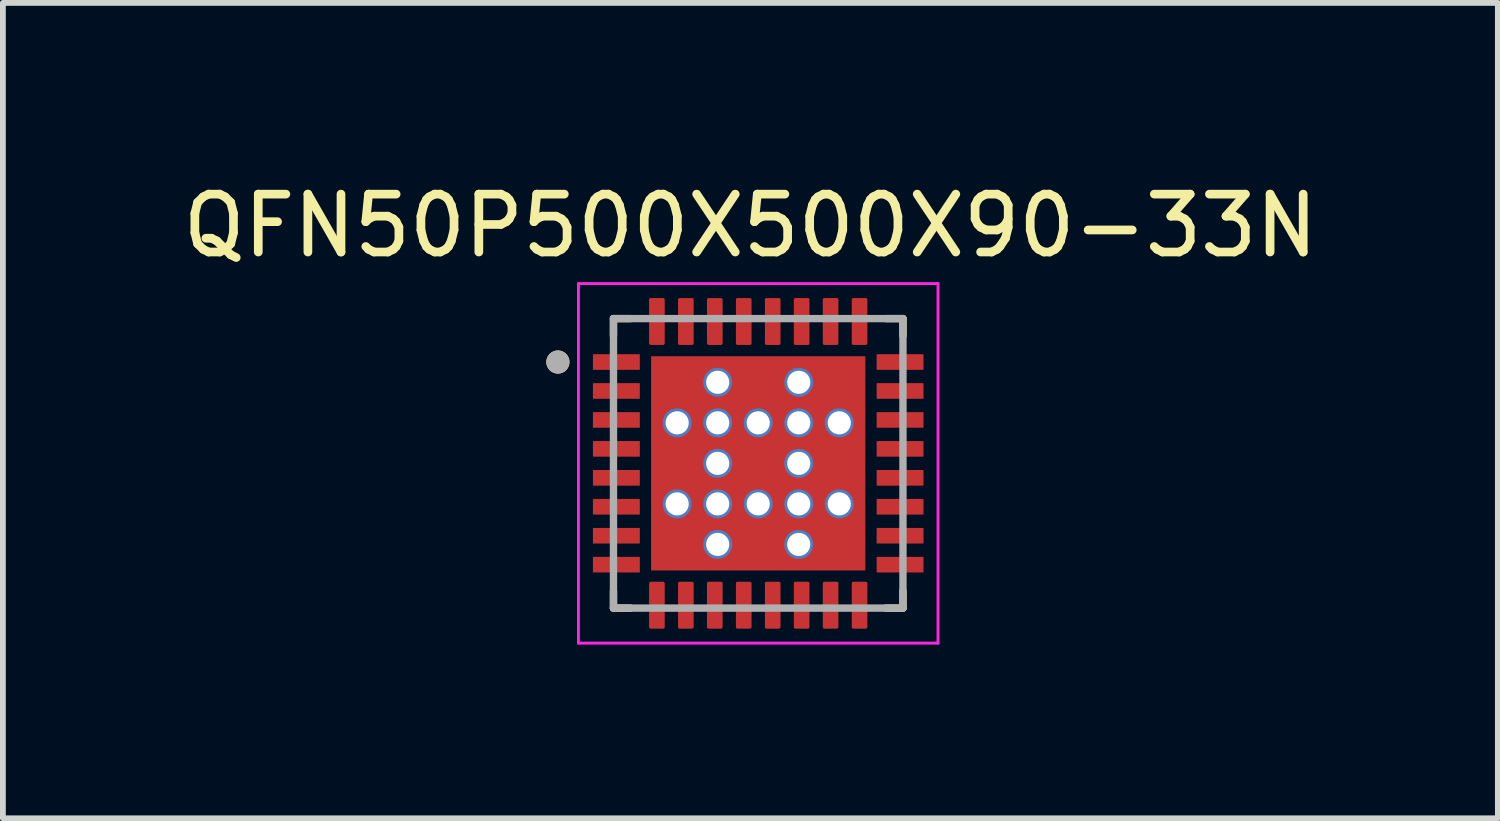
<source format=kicad_pcb>
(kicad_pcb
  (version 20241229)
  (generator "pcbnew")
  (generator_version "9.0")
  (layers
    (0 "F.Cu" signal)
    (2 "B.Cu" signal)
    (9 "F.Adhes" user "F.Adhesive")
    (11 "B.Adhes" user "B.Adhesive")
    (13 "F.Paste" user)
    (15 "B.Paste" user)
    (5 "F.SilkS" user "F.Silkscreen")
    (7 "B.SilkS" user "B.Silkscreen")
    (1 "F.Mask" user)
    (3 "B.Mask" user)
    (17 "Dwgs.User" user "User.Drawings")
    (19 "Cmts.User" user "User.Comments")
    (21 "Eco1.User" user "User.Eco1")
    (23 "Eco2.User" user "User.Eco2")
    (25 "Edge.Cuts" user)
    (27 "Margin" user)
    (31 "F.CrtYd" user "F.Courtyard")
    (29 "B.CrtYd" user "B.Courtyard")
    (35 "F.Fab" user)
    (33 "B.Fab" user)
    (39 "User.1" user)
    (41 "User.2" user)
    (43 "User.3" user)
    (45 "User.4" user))
  (footprint "QFN50P500X500X90-33N"
    (layer "F.Cu")
    (at 10.046 4.953)
    (property "Reference" "QFN50P500X500X90-33N" (at -0.135 -4.105 0) (layer "F.SilkS") (effects (font (size 1 1) (thickness 0.15))))
    (attr through_hole)
    (fp_line (start -2.5 -2.5) (end -2.5 -2.205) (stroke (width 0.127) (type solid)) (layer "F.SilkS"))
    (fp_line (start -2.5 -2.5) (end -2.205 -2.5) (stroke (width 0.127) (type solid)) (layer "F.SilkS"))
    (fp_line (start -2.5 2.5) (end -2.5 2.205) (stroke (width 0.127) (type solid)) (layer "F.SilkS"))
    (fp_line (start -2.5 2.5) (end -2.205 2.5) (stroke (width 0.127) (type solid)) (layer "F.SilkS"))
    (fp_line (start 2.5 -2.5) (end 2.205 -2.5) (stroke (width 0.127) (type solid)) (layer "F.SilkS"))
    (fp_line (start 2.5 -2.5) (end 2.5 -2.205) (stroke (width 0.127) (type solid)) (layer "F.SilkS"))
    (fp_line (start 2.5 2.5) (end 2.205 2.5) (stroke (width 0.127) (type solid)) (layer "F.SilkS"))
    (fp_line (start 2.5 2.5) (end 2.5 2.205) (stroke (width 0.127) (type solid)) (layer "F.SilkS"))
    (fp_circle (center -3.46 -1.75) (end -3.36 -1.75) (stroke (width 0.2) (type solid)) (fill no) (layer "F.SilkS"))
    (fp_poly (pts (xy -1.85 -1.85) (xy -0.95 -1.85) (xy -0.95 -0.95) (xy -1.85 -0.95)) (stroke (width 0.01) (type solid)) (fill yes) (layer "F.Paste"))
    (fp_poly (pts (xy -1.85 -0.45) (xy -0.95 -0.45) (xy -0.95 0.45) (xy -1.85 0.45)) (stroke (width 0.01) (type solid)) (fill yes) (layer "F.Paste"))
    (fp_poly (pts (xy -1.85 0.95) (xy -0.95 0.95) (xy -0.95 1.85) (xy -1.85 1.85)) (stroke (width 0.01) (type solid)) (fill yes) (layer "F.Paste"))
    (fp_poly (pts (xy -0.45 -1.85) (xy 0.45 -1.85) (xy 0.45 -0.95) (xy -0.45 -0.95)) (stroke (width 0.01) (type solid)) (fill yes) (layer "F.Paste"))
    (fp_poly (pts (xy -0.45 -0.45) (xy 0.45 -0.45) (xy 0.45 0.45) (xy -0.45 0.45)) (stroke (width 0.01) (type solid)) (fill yes) (layer "F.Paste"))
    (fp_poly (pts (xy -0.45 0.95) (xy 0.45 0.95) (xy 0.45 1.85) (xy -0.45 1.85)) (stroke (width 0.01) (type solid)) (fill yes) (layer "F.Paste"))
    (fp_poly (pts (xy 0.95 -1.85) (xy 1.85 -1.85) (xy 1.85 -0.95) (xy 0.95 -0.95)) (stroke (width 0.01) (type solid)) (fill yes) (layer "F.Paste"))
    (fp_poly (pts (xy 0.95 -0.45) (xy 1.85 -0.45) (xy 1.85 0.45) (xy 0.95 0.45)) (stroke (width 0.01) (type solid)) (fill yes) (layer "F.Paste"))
    (fp_poly (pts (xy 0.95 0.95) (xy 1.85 0.95) (xy 1.85 1.85) (xy 0.95 1.85)) (stroke (width 0.01) (type solid)) (fill yes) (layer "F.Paste"))
    (fp_line (start -3.105 -3.105) (end 3.105 -3.105) (stroke (width 0.05) (type solid)) (layer "F.CrtYd"))
    (fp_line (start -3.105 3.105) (end -3.105 -3.105) (stroke (width 0.05) (type solid)) (layer "F.CrtYd"))
    (fp_line (start -3.105 3.105) (end 3.105 3.105) (stroke (width 0.05) (type solid)) (layer "F.CrtYd"))
    (fp_line (start 3.105 3.105) (end 3.105 -3.105) (stroke (width 0.05) (type solid)) (layer "F.CrtYd"))
    (fp_line (start -2.5 2.5) (end -2.5 -2.5) (stroke (width 0.127) (type solid)) (layer "F.Fab"))
    (fp_line (start 2.5 -2.5) (end -2.5 -2.5) (stroke (width 0.127) (type solid)) (layer "F.Fab"))
    (fp_line (start 2.5 2.5) (end -2.5 2.5) (stroke (width 0.127) (type solid)) (layer "F.Fab"))
    (fp_line (start 2.5 2.5) (end 2.5 -2.5) (stroke (width 0.127) (type solid)) (layer "F.Fab"))
    (fp_circle (center -3.46 -1.75) (end -3.36 -1.75) (stroke (width 0.2) (type solid)) (fill no) (layer "F.Fab"))
    (pad "1" smd roundrect (at -2.45 -1.75) (size 0.81 0.27) (layers "F.Cu" "F.Mask" "F.Paste") (roundrect_rratio 0.03))
    (pad "2" smd roundrect (at -2.45 -1.25) (size 0.81 0.27) (layers "F.Cu" "F.Mask" "F.Paste") (roundrect_rratio 0.03))
    (pad "3" smd roundrect (at -2.45 -0.75) (size 0.81 0.27) (layers "F.Cu" "F.Mask" "F.Paste") (roundrect_rratio 0.03))
    (pad "4" smd roundrect (at -2.45 -0.25) (size 0.81 0.27) (layers "F.Cu" "F.Mask" "F.Paste") (roundrect_rratio 0.03))
    (pad "5" smd roundrect (at -2.45 0.25) (size 0.81 0.27) (layers "F.Cu" "F.Mask" "F.Paste") (roundrect_rratio 0.03))
    (pad "6" smd roundrect (at -2.45 0.75) (size 0.81 0.27) (layers "F.Cu" "F.Mask" "F.Paste") (roundrect_rratio 0.03))
    (pad "7" smd roundrect (at -2.45 1.25) (size 0.81 0.27) (layers "F.Cu" "F.Mask" "F.Paste") (roundrect_rratio 0.03))
    (pad "8" smd roundrect (at -2.45 1.75) (size 0.81 0.27) (layers "F.Cu" "F.Mask" "F.Paste") (roundrect_rratio 0.03))
    (pad "9" smd roundrect (at -1.75 2.45) (size 0.27 0.81) (layers "F.Cu" "F.Mask" "F.Paste") (roundrect_rratio 0.1))
    (pad "10" smd roundrect (at -1.25 2.45) (size 0.27 0.81) (layers "F.Cu" "F.Mask" "F.Paste") (roundrect_rratio 0.1))
    (pad "11" smd roundrect (at -0.75 2.45) (size 0.27 0.81) (layers "F.Cu" "F.Mask" "F.Paste") (roundrect_rratio 0.1))
    (pad "12" smd roundrect (at -0.25 2.45) (size 0.27 0.81) (layers "F.Cu" "F.Mask" "F.Paste") (roundrect_rratio 0.1))
    (pad "13" smd roundrect (at 0.25 2.45) (size 0.27 0.81) (layers "F.Cu" "F.Mask" "F.Paste") (roundrect_rratio 0.1))
    (pad "14" smd roundrect (at 0.75 2.45) (size 0.27 0.81) (layers "F.Cu" "F.Mask" "F.Paste") (roundrect_rratio 0.1))
    (pad "15" smd roundrect (at 1.25 2.45) (size 0.27 0.81) (layers "F.Cu" "F.Mask" "F.Paste") (roundrect_rratio 0.1))
    (pad "16" smd roundrect (at 1.75 2.45) (size 0.27 0.81) (layers "F.Cu" "F.Mask" "F.Paste") (roundrect_rratio 0.1))
    (pad "17" smd roundrect (at 2.45 1.75) (size 0.81 0.27) (layers "F.Cu" "F.Mask" "F.Paste") (roundrect_rratio 0.03))
    (pad "18" smd roundrect (at 2.45 1.25) (size 0.81 0.27) (layers "F.Cu" "F.Mask" "F.Paste") (roundrect_rratio 0.03))
    (pad "19" smd roundrect (at 2.45 0.75) (size 0.81 0.27) (layers "F.Cu" "F.Mask" "F.Paste") (roundrect_rratio 0.03))
    (pad "20" smd roundrect (at 2.45 0.25) (size 0.81 0.27) (layers "F.Cu" "F.Mask" "F.Paste") (roundrect_rratio 0.03))
    (pad "21" smd roundrect (at 2.45 -0.25) (size 0.81 0.27) (layers "F.Cu" "F.Mask" "F.Paste") (roundrect_rratio 0.03))
    (pad "22" smd roundrect (at 2.45 -0.75) (size 0.81 0.27) (layers "F.Cu" "F.Mask" "F.Paste") (roundrect_rratio 0.03))
    (pad "23" smd roundrect (at 2.45 -1.25) (size 0.81 0.27) (layers "F.Cu" "F.Mask" "F.Paste") (roundrect_rratio 0.03))
    (pad "24" smd roundrect (at 2.45 -1.75) (size 0.81 0.27) (layers "F.Cu" "F.Mask" "F.Paste") (roundrect_rratio 0.03))
    (pad "25" smd roundrect (at 1.75 -2.45) (size 0.27 0.81) (layers "F.Cu" "F.Mask" "F.Paste") (roundrect_rratio 0.1))
    (pad "26" smd roundrect (at 1.25 -2.45) (size 0.27 0.81) (layers "F.Cu" "F.Mask" "F.Paste") (roundrect_rratio 0.1))
    (pad "27" smd roundrect (at 0.75 -2.45) (size 0.27 0.81) (layers "F.Cu" "F.Mask" "F.Paste") (roundrect_rratio 0.1))
    (pad "28" smd roundrect (at 0.25 -2.45) (size 0.27 0.81) (layers "F.Cu" "F.Mask" "F.Paste") (roundrect_rratio 0.1))
    (pad "29" smd roundrect (at -0.25 -2.45) (size 0.27 0.81) (layers "F.Cu" "F.Mask" "F.Paste") (roundrect_rratio 0.1))
    (pad "30" smd roundrect (at -0.75 -2.45) (size 0.27 0.81) (layers "F.Cu" "F.Mask" "F.Paste") (roundrect_rratio 0.1))
    (pad "31" smd roundrect (at -1.25 -2.45) (size 0.27 0.81) (layers "F.Cu" "F.Mask" "F.Paste") (roundrect_rratio 0.1))
    (pad "32" smd roundrect (at -1.75 -2.45) (size 0.27 0.81) (layers "F.Cu" "F.Mask" "F.Paste") (roundrect_rratio 0.1))
    (pad "33" smd rect (at 0 0) (size 3.7 3.7) (layers "F.Cu" "F.Mask"))
    (pad "34" thru_hole circle (at -0.7 -1.4) (size 0.5 0.5) (drill 0.4) (layers "*.Cu"))
    (pad "35" thru_hole circle (at 0.7 -1.4) (size 0.5 0.5) (drill 0.4) (layers "*.Cu"))
    (pad "36" thru_hole circle (at -1.4 -0.7) (size 0.5 0.5) (drill 0.4) (layers "*.Cu"))
    (pad "37" thru_hole circle (at -0.7 -0.7) (size 0.5 0.5) (drill 0.4) (layers "*.Cu"))
    (pad "38" thru_hole circle (at 0 -0.7) (size 0.5 0.5) (drill 0.4) (layers "*.Cu"))
    (pad "39" thru_hole circle (at 0.7 -0.7) (size 0.5 0.5) (drill 0.4) (layers "*.Cu"))
    (pad "40" thru_hole circle (at 1.4 -0.7) (size 0.5 0.5) (drill 0.4) (layers "*.Cu"))
    (pad "41" thru_hole circle (at -0.7 0) (size 0.5 0.5) (drill 0.4) (layers "*.Cu"))
    (pad "42" thru_hole circle (at 0.7 0) (size 0.5 0.5) (drill 0.4) (layers "*.Cu"))
    (pad "43" thru_hole circle (at -1.4 0.7) (size 0.5 0.5) (drill 0.4) (layers "*.Cu"))
    (pad "44" thru_hole circle (at -0.7 0.7) (size 0.5 0.5) (drill 0.4) (layers "*.Cu"))
    (pad "45" thru_hole circle (at 0 0.7) (size 0.5 0.5) (drill 0.4) (layers "*.Cu"))
    (pad "46" thru_hole circle (at 0.7 0.7) (size 0.5 0.5) (drill 0.4) (layers "*.Cu"))
    (pad "47" thru_hole circle (at 1.4 0.7) (size 0.5 0.5) (drill 0.4) (layers "*.Cu"))
    (pad "48" thru_hole circle (at -0.7 1.4) (size 0.5 0.5) (drill 0.4) (layers "*.Cu"))
    (pad "49" thru_hole circle (at 0.7 1.4) (size 0.5 0.5) (drill 0.4) (layers "*.Cu")))
  (gr_rect
    (start -3 -3)
    (end 22.821 11.083)
    (stroke (width 0.1) (type default))
    (fill no)
    (layer "Edge.Cuts")))
</source>
